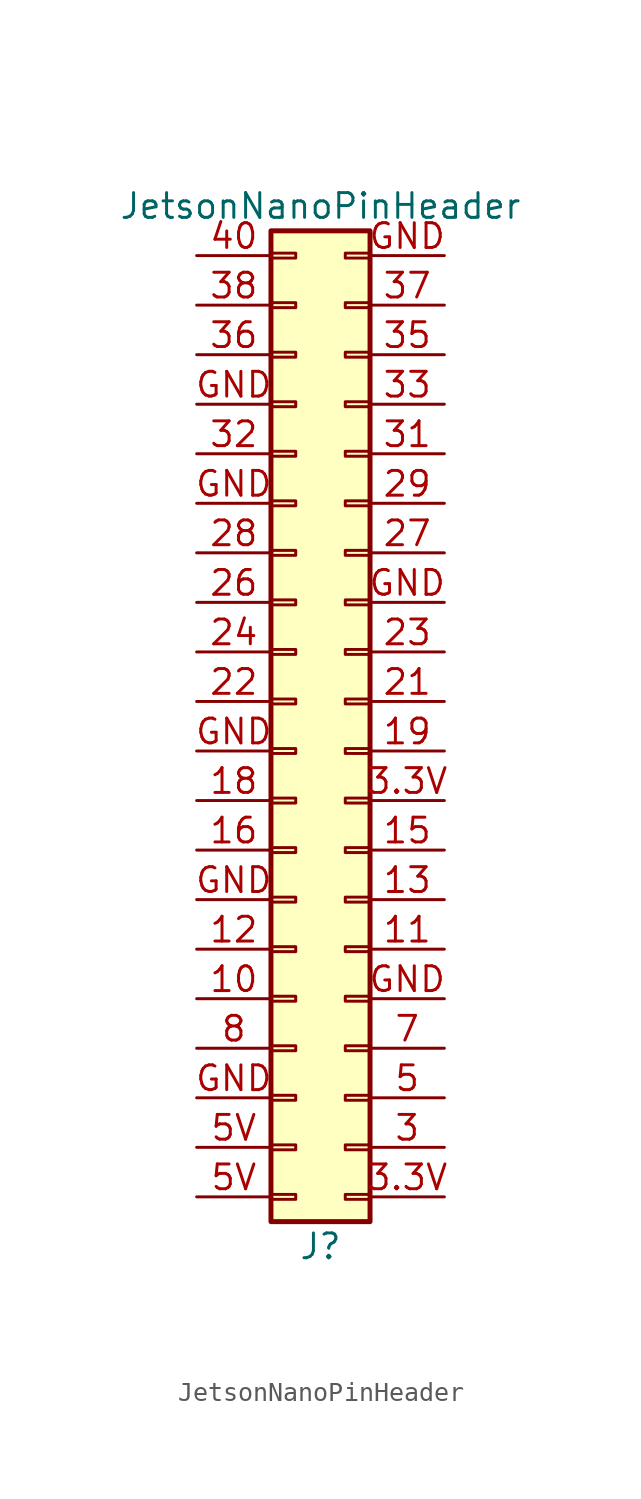
<source format=kicad_sym>
(kicad_symbol_lib
  (version 20231120)
  (generator "kicad_symbol_editor")
  (generator_version "8.0")
  (symbol "JetsonNanoPinHeader"
    (pin_names
      (offset 1.016) hide)
    (property "Reference" "J"
      (at 1.27 -27.94 0)
      (effects (font (size 1.27 1.27))))
    (property "Value" "JetsonNanoPinHeader"
      (at 1.27 25.4 0)
      (effects (font (size 1.27 1.27))))
    (symbol "JetsonNanoPinHeader_1_1"
      (rectangle (start -1.27 -25.527) (end 0 -25.273) (stroke (width 0.152) (type default)) (fill (type none)))
      (rectangle (start -1.27 -22.987) (end 0 -22.733) (stroke (width 0.152) (type default)) (fill (type none)))
      (rectangle (start -1.27 -20.447) (end 0 -20.193) (stroke (width 0.152) (type default)) (fill (type none)))
      (rectangle (start -1.27 -17.907) (end 0 -17.653) (stroke (width 0.152) (type default)) (fill (type none)))
      (rectangle (start -1.27 -15.367) (end 0 -15.113) (stroke (width 0.152) (type default)) (fill (type none)))
      (rectangle (start -1.27 -12.827) (end 0 -12.573) (stroke (width 0.152) (type default)) (fill (type none)))
      (rectangle (start -1.27 -10.287) (end 0 -10.033) (stroke (width 0.152) (type default)) (fill (type none)))
      (rectangle (start -1.27 -7.747) (end 0 -7.493) (stroke (width 0.152) (type default)) (fill (type none)))
      (rectangle (start -1.27 -5.207) (end 0 -4.953) (stroke (width 0.152) (type default)) (fill (type none)))
      (rectangle (start -1.27 -2.667) (end 0 -2.413) (stroke (width 0.152) (type default)) (fill (type none)))
      (rectangle (start -1.27 -0.127) (end 0 0.127) (stroke (width 0.152) (type default)) (fill (type none)))
      (rectangle (start -1.27 2.413) (end 0 2.667) (stroke (width 0.152) (type default)) (fill (type none)))
      (rectangle (start -1.27 4.953) (end 0 5.207) (stroke (width 0.152) (type default)) (fill (type none)))
      (rectangle (start -1.27 7.493) (end 0 7.747) (stroke (width 0.152) (type default)) (fill (type none)))
      (rectangle (start -1.27 10.033) (end 0 10.287) (stroke (width 0.152) (type default)) (fill (type none)))
      (rectangle (start -1.27 12.573) (end 0 12.827) (stroke (width 0.152) (type default)) (fill (type none)))
      (rectangle (start -1.27 15.113) (end 0 15.367) (stroke (width 0.152) (type default)) (fill (type none)))
      (rectangle (start -1.27 17.653) (end 0 17.907) (stroke (width 0.152) (type default)) (fill (type none)))
      (rectangle (start -1.27 20.193) (end 0 20.447) (stroke (width 0.152) (type default)) (fill (type none)))
      (rectangle (start -1.27 22.733) (end 0 22.987) (stroke (width 0.152) (type default)) (fill (type none)))
      (rectangle (start 3.81 -26.67) (end -1.27 24.13) (stroke (width 0.254) (type default)) (fill (type background)))
      (rectangle (start 3.81 -25.527) (end 2.54 -25.273) (stroke (width 0.152) (type default)) (fill (type none)))
      (rectangle (start 3.81 -22.987) (end 2.54 -22.733) (stroke (width 0.152) (type default)) (fill (type none)))
      (rectangle (start 3.81 -20.447) (end 2.54 -20.193) (stroke (width 0.152) (type default)) (fill (type none)))
      (rectangle (start 3.81 -17.907) (end 2.54 -17.653) (stroke (width 0.152) (type default)) (fill (type none)))
      (rectangle (start 3.81 -15.367) (end 2.54 -15.113) (stroke (width 0.152) (type default)) (fill (type none)))
      (rectangle (start 3.81 -12.827) (end 2.54 -12.573) (stroke (width 0.152) (type default)) (fill (type none)))
      (rectangle (start 3.81 -10.287) (end 2.54 -10.033) (stroke (width 0.152) (type default)) (fill (type none)))
      (rectangle (start 3.81 -7.747) (end 2.54 -7.493) (stroke (width 0.152) (type default)) (fill (type none)))
      (rectangle (start 3.81 -5.207) (end 2.54 -4.953) (stroke (width 0.152) (type default)) (fill (type none)))
      (rectangle (start 3.81 -2.667) (end 2.54 -2.413) (stroke (width 0.152) (type default)) (fill (type none)))
      (rectangle (start 3.81 -0.127) (end 2.54 0.127) (stroke (width 0.152) (type default)) (fill (type none)))
      (rectangle (start 3.81 2.413) (end 2.54 2.667) (stroke (width 0.152) (type default)) (fill (type none)))
      (rectangle (start 3.81 4.953) (end 2.54 5.207) (stroke (width 0.152) (type default)) (fill (type none)))
      (rectangle (start 3.81 7.493) (end 2.54 7.747) (stroke (width 0.152) (type default)) (fill (type none)))
      (rectangle (start 3.81 10.033) (end 2.54 10.287) (stroke (width 0.152) (type default)) (fill (type none)))
      (rectangle (start 3.81 12.573) (end 2.54 12.827) (stroke (width 0.152) (type default)) (fill (type none)))
      (rectangle (start 3.81 15.113) (end 2.54 15.367) (stroke (width 0.152) (type default)) (fill (type none)))
      (rectangle (start 3.81 17.653) (end 2.54 17.907) (stroke (width 0.152) (type default)) (fill (type none)))
      (rectangle (start 3.81 20.193) (end 2.54 20.447) (stroke (width 0.152) (type default)) (fill (type none)))
      (rectangle (start 3.81 22.733) (end 2.54 22.987) (stroke (width 0.152) (type default)) (fill (type none)))
      (pin bidirectional line (at -5.08 -15.24 0) (length 3.81) (name "Pin_10" (effects (font (size 1.27 1.27)))) (number "10" (effects (font (size 1.27 1.27)))))
      (pin bidirectional line (at 7.62 -12.7 180) (length 3.81) (name "Pin_11" (effects (font (size 1.27 1.27)))) (number "11" (effects (font (size 1.27 1.27)))))
      (pin bidirectional line (at -5.08 -12.7 0) (length 3.81) (name "Pin_12" (effects (font (size 1.27 1.27)))) (number "12" (effects (font (size 1.27 1.27)))))
      (pin bidirectional line (at 7.62 -10.16 180) (length 3.81) (name "Pin_13" (effects (font (size 1.27 1.27)))) (number "13" (effects (font (size 1.27 1.27)))))
      (pin bidirectional line (at 7.62 -7.62 180) (length 3.81) (name "Pin_15" (effects (font (size 1.27 1.27)))) (number "15" (effects (font (size 1.27 1.27)))))
      (pin bidirectional line (at -5.08 -7.62 0) (length 3.81) (name "Pin_16" (effects (font (size 1.27 1.27)))) (number "16" (effects (font (size 1.27 1.27)))))
      (pin bidirectional line (at -5.08 -5.08 0) (length 3.81) (name "Pin_18" (effects (font (size 1.27 1.27)))) (number "18" (effects (font (size 1.27 1.27)))))
      (pin bidirectional line (at 7.62 -2.54 180) (length 3.81) (name "Pin_19" (effects (font (size 1.27 1.27)))) (number "19" (effects (font (size 1.27 1.27)))))
      (pin bidirectional line (at 7.62 0 180) (length 3.81) (name "Pin_21" (effects (font (size 1.27 1.27)))) (number "21" (effects (font (size 1.27 1.27)))))
      (pin bidirectional line (at -5.08 0 0) (length 3.81) (name "Pin_22" (effects (font (size 1.27 1.27)))) (number "22" (effects (font (size 1.27 1.27)))))
      (pin bidirectional line (at 7.62 2.54 180) (length 3.81) (name "Pin_23" (effects (font (size 1.27 1.27)))) (number "23" (effects (font (size 1.27 1.27)))))
      (pin bidirectional line (at -5.08 2.54 0) (length 3.81) (name "Pin_24" (effects (font (size 1.27 1.27)))) (number "24" (effects (font (size 1.27 1.27)))))
      (pin bidirectional line (at -5.08 5.08 0) (length 3.81) (name "Pin_26" (effects (font (size 1.27 1.27)))) (number "26" (effects (font (size 1.27 1.27)))))
      (pin bidirectional line (at 7.62 7.62 180) (length 3.81) (name "Pin_27" (effects (font (size 1.27 1.27)))) (number "27" (effects (font (size 1.27 1.27)))))
      (pin bidirectional line (at -5.08 7.62 0) (length 3.81) (name "Pin_28" (effects (font (size 1.27 1.27)))) (number "28" (effects (font (size 1.27 1.27)))))
      (pin bidirectional line (at 7.62 10.16 180) (length 3.81) (name "Pin_29" (effects (font (size 1.27 1.27)))) (number "29" (effects (font (size 1.27 1.27)))))
      (pin bidirectional line (at 7.62 -22.86 180) (length 3.81) (name "Pin_3" (effects (font (size 1.27 1.27)))) (number "3" (effects (font (size 1.27 1.27)))))
      (pin power_out line (at 7.62 -25.4 180) (length 3.81) (name "Pin_1" (effects (font (size 1.27 1.27)))) (number "3.3V" (effects (font (size 1.27 1.27)))))
      (pin power_out line (at 7.62 -5.08 180) (length 3.81) (name "Pin_17" (effects (font (size 1.27 1.27)))) (number "3.3V" (effects (font (size 1.27 1.27)))))
      (pin bidirectional line (at 7.62 12.7 180) (length 3.81) (name "Pin_31" (effects (font (size 1.27 1.27)))) (number "31" (effects (font (size 1.27 1.27)))))
      (pin bidirectional line (at -5.08 12.7 0) (length 3.81) (name "Pin_32" (effects (font (size 1.27 1.27)))) (number "32" (effects (font (size 1.27 1.27)))))
      (pin bidirectional line (at 7.62 15.24 180) (length 3.81) (name "Pin_33" (effects (font (size 1.27 1.27)))) (number "33" (effects (font (size 1.27 1.27)))))
      (pin bidirectional line (at 7.62 17.78 180) (length 3.81) (name "Pin_35" (effects (font (size 1.27 1.27)))) (number "35" (effects (font (size 1.27 1.27)))))
      (pin bidirectional line (at -5.08 17.78 0) (length 3.81) (name "Pin_36" (effects (font (size 1.27 1.27)))) (number "36" (effects (font (size 1.27 1.27)))))
      (pin bidirectional line (at 7.62 20.32 180) (length 3.81) (name "Pin_37" (effects (font (size 1.27 1.27)))) (number "37" (effects (font (size 1.27 1.27)))))
      (pin bidirectional line (at -5.08 20.32 0) (length 3.81) (name "Pin_38" (effects (font (size 1.27 1.27)))) (number "38" (effects (font (size 1.27 1.27)))))
      (pin bidirectional line (at -5.08 22.86 0) (length 3.81) (name "Pin_40" (effects (font (size 1.27 1.27)))) (number "40" (effects (font (size 1.27 1.27)))))
      (pin bidirectional line (at 7.62 -20.32 180) (length 3.81) (name "Pin_5" (effects (font (size 1.27 1.27)))) (number "5" (effects (font (size 1.27 1.27)))))
      (pin power_out line (at -5.08 -25.4 0) (length 3.81) (name "Pin_2" (effects (font (size 1.27 1.27)))) (number "5V" (effects (font (size 1.27 1.27)))))
      (pin power_out line (at -5.08 -22.86 0) (length 3.81) (name "Pin_4" (effects (font (size 1.27 1.27)))) (number "5V" (effects (font (size 1.27 1.27)))))
      (pin bidirectional line (at 7.62 -17.78 180) (length 3.81) (name "Pin_7" (effects (font (size 1.27 1.27)))) (number "7" (effects (font (size 1.27 1.27)))))
      (pin bidirectional line (at -5.08 -17.78 0) (length 3.81) (name "Pin_8" (effects (font (size 1.27 1.27)))) (number "8" (effects (font (size 1.27 1.27)))))
      (pin unspecified line (at -5.08 -10.16 0) (length 3.81) (name "Pin_14" (effects (font (size 1.27 1.27)))) (number "GND" (effects (font (size 1.27 1.27)))))
      (pin unspecified line (at -5.08 -2.54 0) (length 3.81) (name "Pin_20" (effects (font (size 1.27 1.27)))) (number "GND" (effects (font (size 1.27 1.27)))))
      (pin unspecified line (at 7.62 5.08 180) (length 3.81) (name "Pin_25" (effects (font (size 1.27 1.27)))) (number "GND" (effects (font (size 1.27 1.27)))))
      (pin unspecified line (at -5.08 10.16 0) (length 3.81) (name "Pin_30" (effects (font (size 1.27 1.27)))) (number "GND" (effects (font (size 1.27 1.27)))))
      (pin unspecified line (at -5.08 15.24 0) (length 3.81) (name "Pin_34" (effects (font (size 1.27 1.27)))) (number "GND" (effects (font (size 1.27 1.27)))))
      (pin unspecified line (at 7.62 22.86 180) (length 3.81) (name "Pin_39" (effects (font (size 1.27 1.27)))) (number "GND" (effects (font (size 1.27 1.27)))))
      (pin unspecified line (at -5.08 -20.32 0) (length 3.81) (name "Pin_6" (effects (font (size 1.27 1.27)))) (number "GND" (effects (font (size 1.27 1.27)))))
      (pin unspecified line (at 7.62 -15.24 180) (length 3.81) (name "Pin_9" (effects (font (size 1.27 1.27)))) (number "GND" (effects (font (size 1.27 1.27))))))))
</source>
